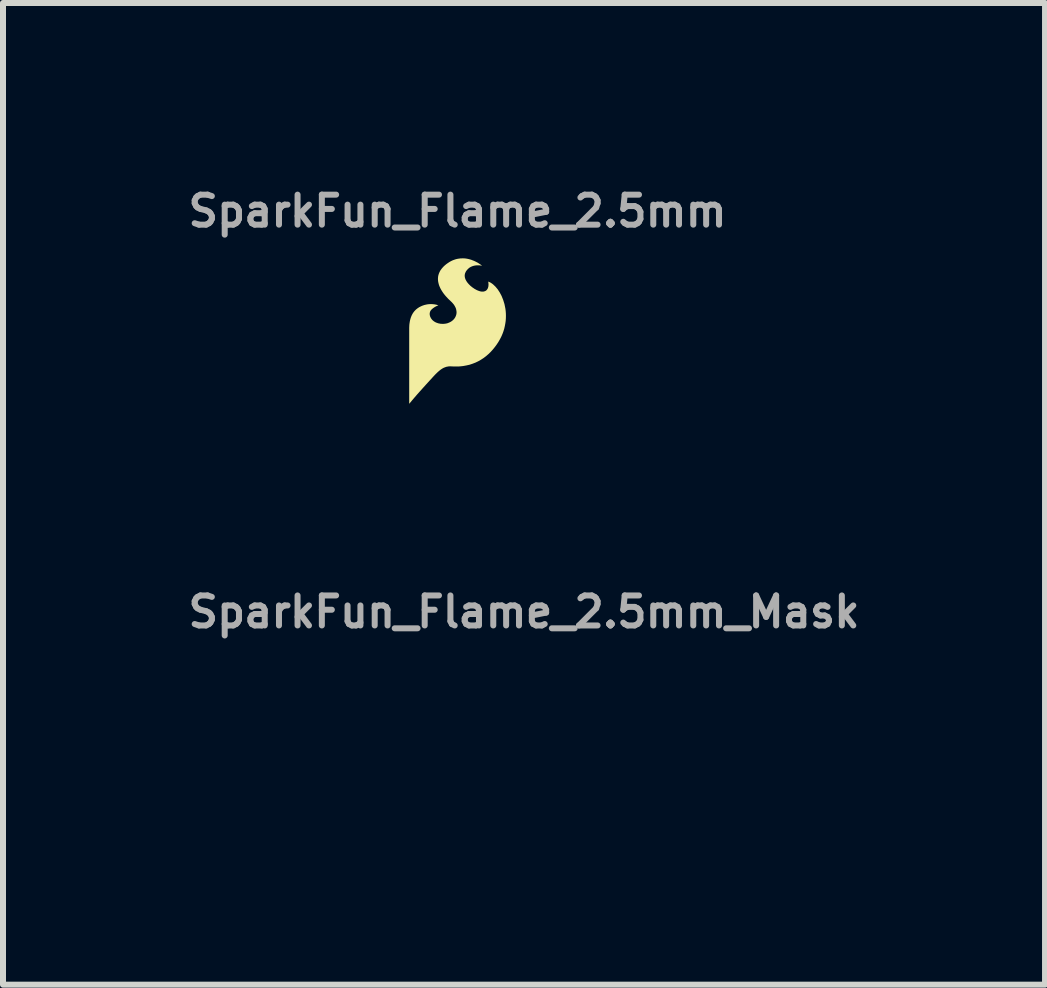
<source format=kicad_pcb>
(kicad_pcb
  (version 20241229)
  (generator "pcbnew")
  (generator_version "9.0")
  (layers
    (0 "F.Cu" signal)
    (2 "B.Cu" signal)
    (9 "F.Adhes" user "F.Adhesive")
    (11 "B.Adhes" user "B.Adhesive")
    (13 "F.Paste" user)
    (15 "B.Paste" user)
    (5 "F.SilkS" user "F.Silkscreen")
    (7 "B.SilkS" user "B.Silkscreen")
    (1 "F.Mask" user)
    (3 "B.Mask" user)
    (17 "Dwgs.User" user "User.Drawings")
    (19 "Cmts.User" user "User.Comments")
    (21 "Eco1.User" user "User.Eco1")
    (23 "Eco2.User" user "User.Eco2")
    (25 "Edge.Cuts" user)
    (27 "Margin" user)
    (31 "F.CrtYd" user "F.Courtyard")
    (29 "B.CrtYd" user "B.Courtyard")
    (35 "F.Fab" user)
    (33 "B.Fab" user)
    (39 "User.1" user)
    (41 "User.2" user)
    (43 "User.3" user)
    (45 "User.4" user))
  (footprint "SparkFun_Flame_2.5mm"
    (layer "F.Cu")
    (at 4.576 2.468)
    (property "Reference" "SparkFun_Flame_2.5mm" (at 0 -2 0) (layer "F.Fab") (effects (font (size 0.5 0.5) (thickness 0.1))))
    (attr board_only exclude_from_pos_files exclude_from_bom)
    (fp_poly (pts (xy 0.099 -1.212) (xy 0.123 -1.211) (xy 0.146 -1.208) (xy 0.168 -1.204) (xy 0.19 -1.199) (xy 0.212 -1.193) (xy 0.232 -1.187) (xy 0.251 -1.179) (xy 0.27 -1.172) (xy 0.288 -1.164) (xy 0.304 -1.156) (xy 0.335 -1.14) (xy 0.36 -1.124) (xy 0.381 -1.11) (xy 0.396 -1.099) (xy 0.408 -1.089) (xy 0.402 -1.09) (xy 0.383 -1.093) (xy 0.37 -1.095) (xy 0.355 -1.096) (xy 0.339 -1.096) (xy 0.321 -1.096) (xy 0.302 -1.094) (xy 0.282 -1.091) (xy 0.262 -1.086) (xy 0.252 -1.083) (xy 0.242 -1.079) (xy 0.232 -1.075) (xy 0.222 -1.071) (xy 0.212 -1.065) (xy 0.202 -1.059) (xy 0.193 -1.053) (xy 0.184 -1.045) (xy 0.175 -1.037) (xy 0.166 -1.028) (xy 0.156 -1.016) (xy 0.146 -1.004) (xy 0.138 -0.991) (xy 0.132 -0.978) (xy 0.129 -0.971) (xy 0.126 -0.965) (xy 0.124 -0.958) (xy 0.122 -0.951) (xy 0.121 -0.944) (xy 0.12 -0.937) (xy 0.119 -0.93) (xy 0.119 -0.923) (xy 0.119 -0.916) (xy 0.12 -0.909) (xy 0.121 -0.901) (xy 0.122 -0.894) (xy 0.124 -0.886) (xy 0.126 -0.879) (xy 0.129 -0.871) (xy 0.132 -0.863) (xy 0.135 -0.855) (xy 0.14 -0.847) (xy 0.144 -0.839) (xy 0.149 -0.831) (xy 0.154 -0.823) (xy 0.16 -0.814) (xy 0.174 -0.797) (xy 0.186 -0.783) (xy 0.2 -0.769) (xy 0.214 -0.755) (xy 0.23 -0.742) (xy 0.246 -0.729) (xy 0.264 -0.717) (xy 0.281 -0.705) (xy 0.299 -0.695) (xy 0.317 -0.685) (xy 0.335 -0.677) (xy 0.353 -0.67) (xy 0.371 -0.664) (xy 0.388 -0.66) (xy 0.396 -0.659) (xy 0.405 -0.658) (xy 0.413 -0.658) (xy 0.42 -0.658) (xy 0.428 -0.658) (xy 0.435 -0.659) (xy 0.445 -0.662) (xy 0.454 -0.664) (xy 0.462 -0.668) (xy 0.47 -0.672) (xy 0.477 -0.677) (xy 0.483 -0.682) (xy 0.488 -0.688) (xy 0.493 -0.694) (xy 0.497 -0.7) (xy 0.501 -0.707) (xy 0.504 -0.713) (xy 0.507 -0.72) (xy 0.509 -0.728) (xy 0.511 -0.735) (xy 0.513 -0.742) (xy 0.514 -0.75) (xy 0.515 -0.764) (xy 0.516 -0.778) (xy 0.515 -0.79) (xy 0.514 -0.802) (xy 0.513 -0.811) (xy 0.512 -0.818) (xy 0.51 -0.825) (xy 0.531 -0.817) (xy 0.551 -0.807) (xy 0.571 -0.794) (xy 0.591 -0.779) (xy 0.63 -0.742) (xy 0.668 -0.697) (xy 0.702 -0.645) (xy 0.734 -0.585) (xy 0.76 -0.52) (xy 0.782 -0.449) (xy 0.797 -0.374) (xy 0.802 -0.335) (xy 0.805 -0.295) (xy 0.806 -0.254) (xy 0.805 -0.212) (xy 0.802 -0.17) (xy 0.796 -0.128) (xy 0.788 -0.085) (xy 0.778 -0.041) (xy 0.765 0.002) (xy 0.749 0.046) (xy 0.73 0.09) (xy 0.708 0.133) (xy 0.683 0.177) (xy 0.655 0.22) (xy 0.623 0.264) (xy 0.589 0.306) (xy 0.554 0.345) (xy 0.516 0.382) (xy 0.477 0.416) (xy 0.435 0.448) (xy 0.392 0.476) (xy 0.347 0.502) (xy 0.299 0.525) (xy 0.25 0.544) (xy 0.199 0.561) (xy 0.145 0.573) (xy 0.09 0.583) (xy 0.032 0.589) (xy -0.028 0.59) (xy -0.09 0.589) (xy -0.106 0.588) (xy -0.122 0.587) (xy -0.137 0.588) (xy -0.152 0.589) (xy -0.167 0.592) (xy -0.181 0.594) (xy -0.194 0.598) (xy -0.208 0.603) (xy -0.221 0.608) (xy -0.233 0.613) (xy -0.246 0.62) (xy -0.258 0.627) (xy -0.282 0.643) (xy -0.306 0.662) (xy -0.33 0.683) (xy -0.354 0.706) (xy -0.379 0.731) (xy -0.404 0.758) (xy -0.52 0.885) (xy -0.576 0.947) (xy -0.629 1.006) (xy -0.678 1.061) (xy -0.721 1.111) (xy -0.756 1.152) (xy -0.783 1.185) (xy -0.806 1.212) (xy -0.806 -0.008) (xy -0.806 -0.033) (xy -0.806 -0.056) (xy -0.805 -0.078) (xy -0.804 -0.1) (xy -0.802 -0.121) (xy -0.799 -0.14) (xy -0.796 -0.16) (xy -0.792 -0.178) (xy -0.788 -0.195) (xy -0.783 -0.212) (xy -0.778 -0.228) (xy -0.772 -0.243) (xy -0.766 -0.258) (xy -0.759 -0.272) (xy -0.752 -0.285) (xy -0.745 -0.297) (xy -0.737 -0.309) (xy -0.728 -0.321) (xy -0.72 -0.331) (xy -0.711 -0.341) (xy -0.701 -0.351) (xy -0.692 -0.36) (xy -0.682 -0.368) (xy -0.672 -0.376) (xy -0.661 -0.384) (xy -0.65 -0.391) (xy -0.64 -0.398) (xy -0.628 -0.404) (xy -0.605 -0.415) (xy -0.582 -0.425) (xy -0.569 -0.429) (xy -0.556 -0.434) (xy -0.543 -0.437) (xy -0.53 -0.44) (xy -0.517 -0.443) (xy -0.505 -0.445) (xy -0.493 -0.447) (xy -0.481 -0.448) (xy -0.47 -0.449) (xy -0.458 -0.449) (xy -0.447 -0.45) (xy -0.437 -0.45) (xy -0.427 -0.449) (xy -0.417 -0.449) (xy -0.398 -0.447) (xy -0.381 -0.445) (xy -0.366 -0.442) (xy -0.352 -0.439) (xy -0.341 -0.436) (xy -0.332 -0.433) (xy -0.325 -0.431) (xy -0.32 -0.429) (xy -0.337 -0.422) (xy -0.355 -0.414) (xy -0.365 -0.409) (xy -0.376 -0.403) (xy -0.387 -0.396) (xy -0.399 -0.388) (xy -0.41 -0.38) (xy -0.421 -0.371) (xy -0.431 -0.362) (xy -0.436 -0.357) (xy -0.44 -0.352) (xy -0.445 -0.347) (xy -0.448 -0.341) (xy -0.452 -0.336) (xy -0.455 -0.33) (xy -0.458 -0.323) (xy -0.46 -0.316) (xy -0.462 -0.309) (xy -0.464 -0.301) (xy -0.464 -0.293) (xy -0.465 -0.286) (xy -0.464 -0.278) (xy -0.464 -0.27) (xy -0.462 -0.262) (xy -0.46 -0.254) (xy -0.458 -0.246) (xy -0.455 -0.238) (xy -0.451 -0.23) (xy -0.447 -0.222) (xy -0.443 -0.214) (xy -0.437 -0.206) (xy -0.432 -0.199) (xy -0.426 -0.191) (xy -0.419 -0.184) (xy -0.412 -0.177) (xy -0.404 -0.171) (xy -0.396 -0.164) (xy -0.387 -0.158) (xy -0.378 -0.153) (xy -0.368 -0.147) (xy -0.357 -0.142) (xy -0.346 -0.138) (xy -0.335 -0.134) (xy -0.323 -0.13) (xy -0.311 -0.127) (xy -0.298 -0.125) (xy -0.284 -0.122) (xy -0.265 -0.121) (xy -0.245 -0.12) (xy -0.226 -0.121) (xy -0.207 -0.123) (xy -0.189 -0.126) (xy -0.171 -0.13) (xy -0.155 -0.136) (xy -0.138 -0.143) (xy -0.123 -0.15) (xy -0.108 -0.159) (xy -0.094 -0.168) (xy -0.081 -0.179) (xy -0.069 -0.19) (xy -0.058 -0.202) (xy -0.049 -0.214) (xy -0.04 -0.228) (xy -0.033 -0.242) (xy -0.027 -0.257) (xy -0.022 -0.272) (xy -0.019 -0.287) (xy -0.017 -0.304) (xy -0.017 -0.32) (xy -0.019 -0.337) (xy -0.022 -0.354) (xy -0.026 -0.372) (xy -0.033 -0.39) (xy -0.042 -0.408) (xy -0.052 -0.426) (xy -0.064 -0.444) (xy -0.079 -0.462) (xy -0.095 -0.48) (xy -0.114 -0.498) (xy -0.156 -0.538) (xy -0.194 -0.579) (xy -0.212 -0.6) (xy -0.228 -0.62) (xy -0.243 -0.641) (xy -0.257 -0.662) (xy -0.27 -0.683) (xy -0.282 -0.704) (xy -0.292 -0.725) (xy -0.301 -0.745) (xy -0.309 -0.766) (xy -0.315 -0.787) (xy -0.32 -0.808) (xy -0.324 -0.828) (xy -0.326 -0.849) (xy -0.327 -0.869) (xy -0.326 -0.89) (xy -0.324 -0.91) (xy -0.32 -0.93) (xy -0.314 -0.95) (xy -0.307 -0.969) (xy -0.298 -0.988) (xy -0.288 -1.008) (xy -0.275 -1.026) (xy -0.261 -1.045) (xy -0.245 -1.063) (xy -0.228 -1.081) (xy -0.208 -1.099) (xy -0.187 -1.116) (xy -0.163 -1.133) (xy -0.136 -1.151) (xy -0.109 -1.166) (xy -0.082 -1.179) (xy -0.055 -1.189) (xy -0.028 -1.198) (xy -0.002 -1.204) (xy 0.024 -1.208) (xy 0.049 -1.211) (xy 0.074 -1.212)) (stroke (width -0.000001) (type solid)) (fill yes) (layer "F.SilkS")))
  (footprint "SparkFun_Flame_2.5mm_Mask"
    (layer "F.Cu")
    (at 5.683 9.148)
    (property "Reference" "SparkFun_Flame_2.5mm_Mask" (at 0 -2 0) (layer "F.Fab") (effects (font (size 0.5 0.5) (thickness 0.1))))
    (attr board_only exclude_from_pos_files exclude_from_bom)
    (fp_poly (pts (xy 0.099 -1.212) (xy 0.123 -1.211) (xy 0.146 -1.208) (xy 0.168 -1.204) (xy 0.19 -1.199) (xy 0.212 -1.193) (xy 0.232 -1.187) (xy 0.251 -1.179) (xy 0.27 -1.172) (xy 0.288 -1.164) (xy 0.304 -1.156) (xy 0.335 -1.14) (xy 0.36 -1.124) (xy 0.381 -1.11) (xy 0.396 -1.099) (xy 0.408 -1.089) (xy 0.402 -1.09) (xy 0.383 -1.093) (xy 0.37 -1.095) (xy 0.355 -1.096) (xy 0.339 -1.096) (xy 0.321 -1.096) (xy 0.302 -1.094) (xy 0.282 -1.091) (xy 0.262 -1.086) (xy 0.252 -1.083) (xy 0.242 -1.079) (xy 0.232 -1.075) (xy 0.222 -1.071) (xy 0.212 -1.065) (xy 0.202 -1.059) (xy 0.193 -1.053) (xy 0.184 -1.045) (xy 0.175 -1.037) (xy 0.166 -1.028) (xy 0.156 -1.016) (xy 0.146 -1.004) (xy 0.138 -0.991) (xy 0.132 -0.978) (xy 0.129 -0.971) (xy 0.126 -0.965) (xy 0.124 -0.958) (xy 0.122 -0.951) (xy 0.121 -0.944) (xy 0.12 -0.937) (xy 0.119 -0.93) (xy 0.119 -0.923) (xy 0.119 -0.916) (xy 0.12 -0.909) (xy 0.121 -0.901) (xy 0.122 -0.894) (xy 0.124 -0.886) (xy 0.126 -0.879) (xy 0.129 -0.871) (xy 0.132 -0.863) (xy 0.135 -0.855) (xy 0.14 -0.847) (xy 0.144 -0.839) (xy 0.149 -0.831) (xy 0.154 -0.823) (xy 0.16 -0.814) (xy 0.174 -0.797) (xy 0.186 -0.783) (xy 0.2 -0.769) (xy 0.214 -0.755) (xy 0.23 -0.742) (xy 0.246 -0.729) (xy 0.264 -0.717) (xy 0.281 -0.705) (xy 0.299 -0.695) (xy 0.317 -0.685) (xy 0.335 -0.677) (xy 0.353 -0.67) (xy 0.371 -0.664) (xy 0.388 -0.66) (xy 0.396 -0.659) (xy 0.405 -0.658) (xy 0.413 -0.658) (xy 0.42 -0.658) (xy 0.428 -0.658) (xy 0.435 -0.659) (xy 0.445 -0.662) (xy 0.454 -0.664) (xy 0.462 -0.668) (xy 0.47 -0.672) (xy 0.477 -0.677) (xy 0.483 -0.682) (xy 0.488 -0.688) (xy 0.493 -0.694) (xy 0.497 -0.7) (xy 0.501 -0.707) (xy 0.504 -0.713) (xy 0.507 -0.72) (xy 0.509 -0.728) (xy 0.511 -0.735) (xy 0.513 -0.742) (xy 0.514 -0.75) (xy 0.515 -0.764) (xy 0.516 -0.778) (xy 0.515 -0.79) (xy 0.514 -0.802) (xy 0.513 -0.811) (xy 0.512 -0.818) (xy 0.51 -0.825) (xy 0.531 -0.817) (xy 0.551 -0.807) (xy 0.571 -0.794) (xy 0.591 -0.779) (xy 0.63 -0.742) (xy 0.668 -0.697) (xy 0.702 -0.645) (xy 0.734 -0.585) (xy 0.76 -0.52) (xy 0.782 -0.449) (xy 0.797 -0.374) (xy 0.802 -0.335) (xy 0.805 -0.295) (xy 0.806 -0.254) (xy 0.805 -0.212) (xy 0.802 -0.17) (xy 0.796 -0.128) (xy 0.788 -0.085) (xy 0.778 -0.041) (xy 0.765 0.002) (xy 0.749 0.046) (xy 0.73 0.09) (xy 0.708 0.133) (xy 0.683 0.177) (xy 0.655 0.22) (xy 0.623 0.264) (xy 0.589 0.306) (xy 0.554 0.345) (xy 0.516 0.382) (xy 0.477 0.416) (xy 0.435 0.448) (xy 0.392 0.476) (xy 0.347 0.502) (xy 0.299 0.525) (xy 0.25 0.544) (xy 0.199 0.561) (xy 0.145 0.573) (xy 0.09 0.583) (xy 0.032 0.589) (xy -0.028 0.59) (xy -0.09 0.589) (xy -0.106 0.588) (xy -0.122 0.587) (xy -0.137 0.588) (xy -0.152 0.589) (xy -0.167 0.592) (xy -0.181 0.594) (xy -0.194 0.598) (xy -0.208 0.603) (xy -0.221 0.608) (xy -0.233 0.613) (xy -0.246 0.62) (xy -0.258 0.627) (xy -0.282 0.643) (xy -0.306 0.662) (xy -0.33 0.683) (xy -0.354 0.706) (xy -0.379 0.731) (xy -0.404 0.758) (xy -0.52 0.885) (xy -0.576 0.947) (xy -0.629 1.006) (xy -0.678 1.061) (xy -0.721 1.111) (xy -0.756 1.152) (xy -0.783 1.185) (xy -0.806 1.212) (xy -0.806 -0.008) (xy -0.806 -0.033) (xy -0.806 -0.056) (xy -0.805 -0.078) (xy -0.804 -0.1) (xy -0.802 -0.121) (xy -0.799 -0.14) (xy -0.796 -0.16) (xy -0.792 -0.178) (xy -0.788 -0.195) (xy -0.783 -0.212) (xy -0.778 -0.228) (xy -0.772 -0.243) (xy -0.766 -0.258) (xy -0.759 -0.272) (xy -0.752 -0.285) (xy -0.745 -0.297) (xy -0.737 -0.309) (xy -0.728 -0.321) (xy -0.72 -0.331) (xy -0.711 -0.341) (xy -0.701 -0.351) (xy -0.692 -0.36) (xy -0.682 -0.368) (xy -0.672 -0.376) (xy -0.661 -0.384) (xy -0.65 -0.391) (xy -0.64 -0.398) (xy -0.628 -0.404) (xy -0.605 -0.415) (xy -0.582 -0.425) (xy -0.569 -0.429) (xy -0.556 -0.434) (xy -0.543 -0.437) (xy -0.53 -0.44) (xy -0.517 -0.443) (xy -0.505 -0.445) (xy -0.493 -0.447) (xy -0.481 -0.448) (xy -0.47 -0.449) (xy -0.458 -0.449) (xy -0.447 -0.45) (xy -0.437 -0.45) (xy -0.427 -0.449) (xy -0.417 -0.449) (xy -0.398 -0.447) (xy -0.381 -0.445) (xy -0.366 -0.442) (xy -0.352 -0.439) (xy -0.341 -0.436) (xy -0.332 -0.433) (xy -0.325 -0.431) (xy -0.32 -0.429) (xy -0.337 -0.422) (xy -0.355 -0.414) (xy -0.365 -0.409) (xy -0.376 -0.403) (xy -0.387 -0.396) (xy -0.399 -0.388) (xy -0.41 -0.38) (xy -0.421 -0.371) (xy -0.431 -0.362) (xy -0.436 -0.357) (xy -0.44 -0.352) (xy -0.445 -0.347) (xy -0.448 -0.341) (xy -0.452 -0.336) (xy -0.455 -0.33) (xy -0.458 -0.323) (xy -0.46 -0.316) (xy -0.462 -0.309) (xy -0.464 -0.301) (xy -0.464 -0.293) (xy -0.465 -0.286) (xy -0.464 -0.278) (xy -0.464 -0.27) (xy -0.462 -0.262) (xy -0.46 -0.254) (xy -0.458 -0.246) (xy -0.455 -0.238) (xy -0.451 -0.23) (xy -0.447 -0.222) (xy -0.443 -0.214) (xy -0.437 -0.206) (xy -0.432 -0.199) (xy -0.426 -0.191) (xy -0.419 -0.184) (xy -0.412 -0.177) (xy -0.404 -0.171) (xy -0.396 -0.164) (xy -0.387 -0.158) (xy -0.378 -0.153) (xy -0.368 -0.147) (xy -0.357 -0.142) (xy -0.346 -0.138) (xy -0.335 -0.134) (xy -0.323 -0.13) (xy -0.311 -0.127) (xy -0.298 -0.125) (xy -0.284 -0.122) (xy -0.265 -0.121) (xy -0.245 -0.12) (xy -0.226 -0.121) (xy -0.207 -0.123) (xy -0.189 -0.126) (xy -0.171 -0.13) (xy -0.155 -0.136) (xy -0.138 -0.143) (xy -0.123 -0.15) (xy -0.108 -0.159) (xy -0.094 -0.168) (xy -0.081 -0.179) (xy -0.069 -0.19) (xy -0.058 -0.202) (xy -0.049 -0.214) (xy -0.04 -0.228) (xy -0.033 -0.242) (xy -0.027 -0.257) (xy -0.022 -0.272) (xy -0.019 -0.287) (xy -0.017 -0.304) (xy -0.017 -0.32) (xy -0.019 -0.337) (xy -0.022 -0.354) (xy -0.026 -0.372) (xy -0.033 -0.39) (xy -0.042 -0.408) (xy -0.052 -0.426) (xy -0.064 -0.444) (xy -0.079 -0.462) (xy -0.095 -0.48) (xy -0.114 -0.498) (xy -0.156 -0.538) (xy -0.194 -0.579) (xy -0.212 -0.6) (xy -0.228 -0.62) (xy -0.243 -0.641) (xy -0.257 -0.662) (xy -0.27 -0.683) (xy -0.282 -0.704) (xy -0.292 -0.725) (xy -0.301 -0.745) (xy -0.309 -0.766) (xy -0.315 -0.787) (xy -0.32 -0.808) (xy -0.324 -0.828) (xy -0.326 -0.849) (xy -0.327 -0.869) (xy -0.326 -0.89) (xy -0.324 -0.91) (xy -0.32 -0.93) (xy -0.314 -0.95) (xy -0.307 -0.969) (xy -0.298 -0.988) (xy -0.288 -1.008) (xy -0.275 -1.026) (xy -0.261 -1.045) (xy -0.245 -1.063) (xy -0.228 -1.081) (xy -0.208 -1.099) (xy -0.187 -1.116) (xy -0.163 -1.133) (xy -0.136 -1.151) (xy -0.109 -1.166) (xy -0.082 -1.179) (xy -0.055 -1.189) (xy -0.028 -1.198) (xy -0.002 -1.204) (xy 0.024 -1.208) (xy 0.049 -1.211) (xy 0.074 -1.212)) (stroke (width -0.000001) (type solid)) (fill yes) (layer "F.Mask")))
  (gr_rect
    (start -3 -3)
    (end 14.367 13.361)
    (stroke (width 0.1) (type default))
    (fill no)
    (layer "Edge.Cuts")))
</source>
